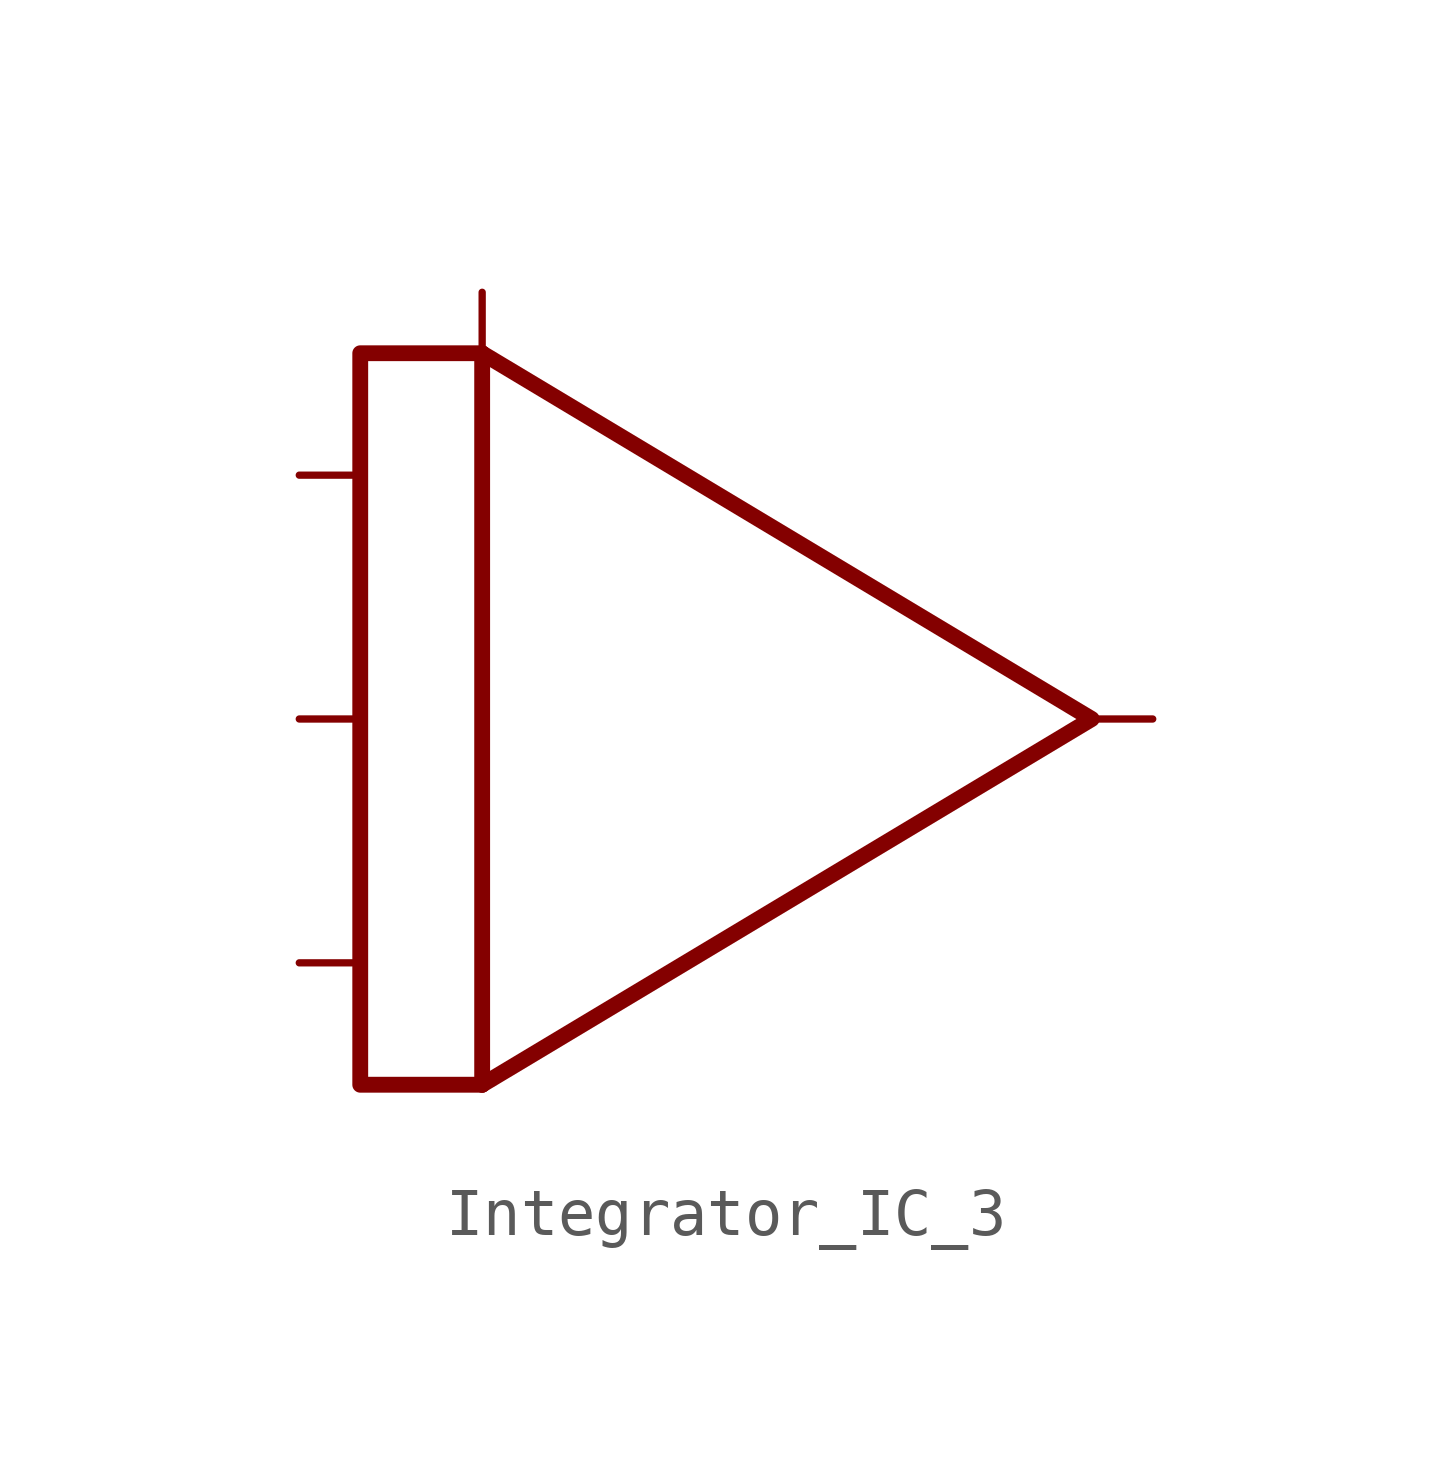
<source format=kicad_sym>
(kicad_symbol_lib
  (version 20211014)
  (generator kicad_symbol_editor)
  (symbol "Integrator_IC_3"
    (property "Reference" "U"
      (at 5.08 15.24 0)
      (effects (font (size 1.27 1.27)) hide))
    (symbol "Integrator_IC_3_0_0"
      (polyline (pts (xy -6.35 7.62) (xy -8.89 7.62) (xy -8.89 -7.62) (xy -6.35 -7.62)) (stroke (width 0.33) (type default) (color 0 0 0 0)) (fill (type none))))
    (symbol "Integrator_IC_3_0_1"
      (polyline (pts (xy -6.35 -7.62) (xy -6.35 7.62)) (stroke (width 0.33) (type default) (color 0 0 0 0)) (fill (type none)))
      (polyline (pts (xy -6.35 7.62) (xy 6.35 0) (xy -6.35 -7.62)) (stroke (width 0.33) (type default) (color 0 0 0 0)) (fill (type none))))
    (symbol "Integrator_IC_3_1_1"
      (pin input line (at -10.16 -5.08 0) (length 1.27) (name "" (effects (font (size 1.27 1.27)))) (number "" (effects (font (size 1.27 1.27)))))
      (pin input line (at -10.16 0 0) (length 1.27) (name "" (effects (font (size 1.27 1.27)))) (number "" (effects (font (size 1.27 1.27)))))
      (pin input line (at -10.16 5.08 0) (length 1.27) (name "" (effects (font (size 1.27 1.27)))) (number "" (effects (font (size 1.27 1.27)))))
      (pin input line (at -6.35 8.89 270) (length 1.27) (name "" (effects (font (size 1.27 1.27)))) (number "" (effects (font (size 1.27 1.27)))))
      (pin output line (at 7.62 0 180) (length 1.27) (name "" (effects (font (size 1.27 1.27)))) (number "" (effects (font (size 1.27 1.27))))))))
</source>
